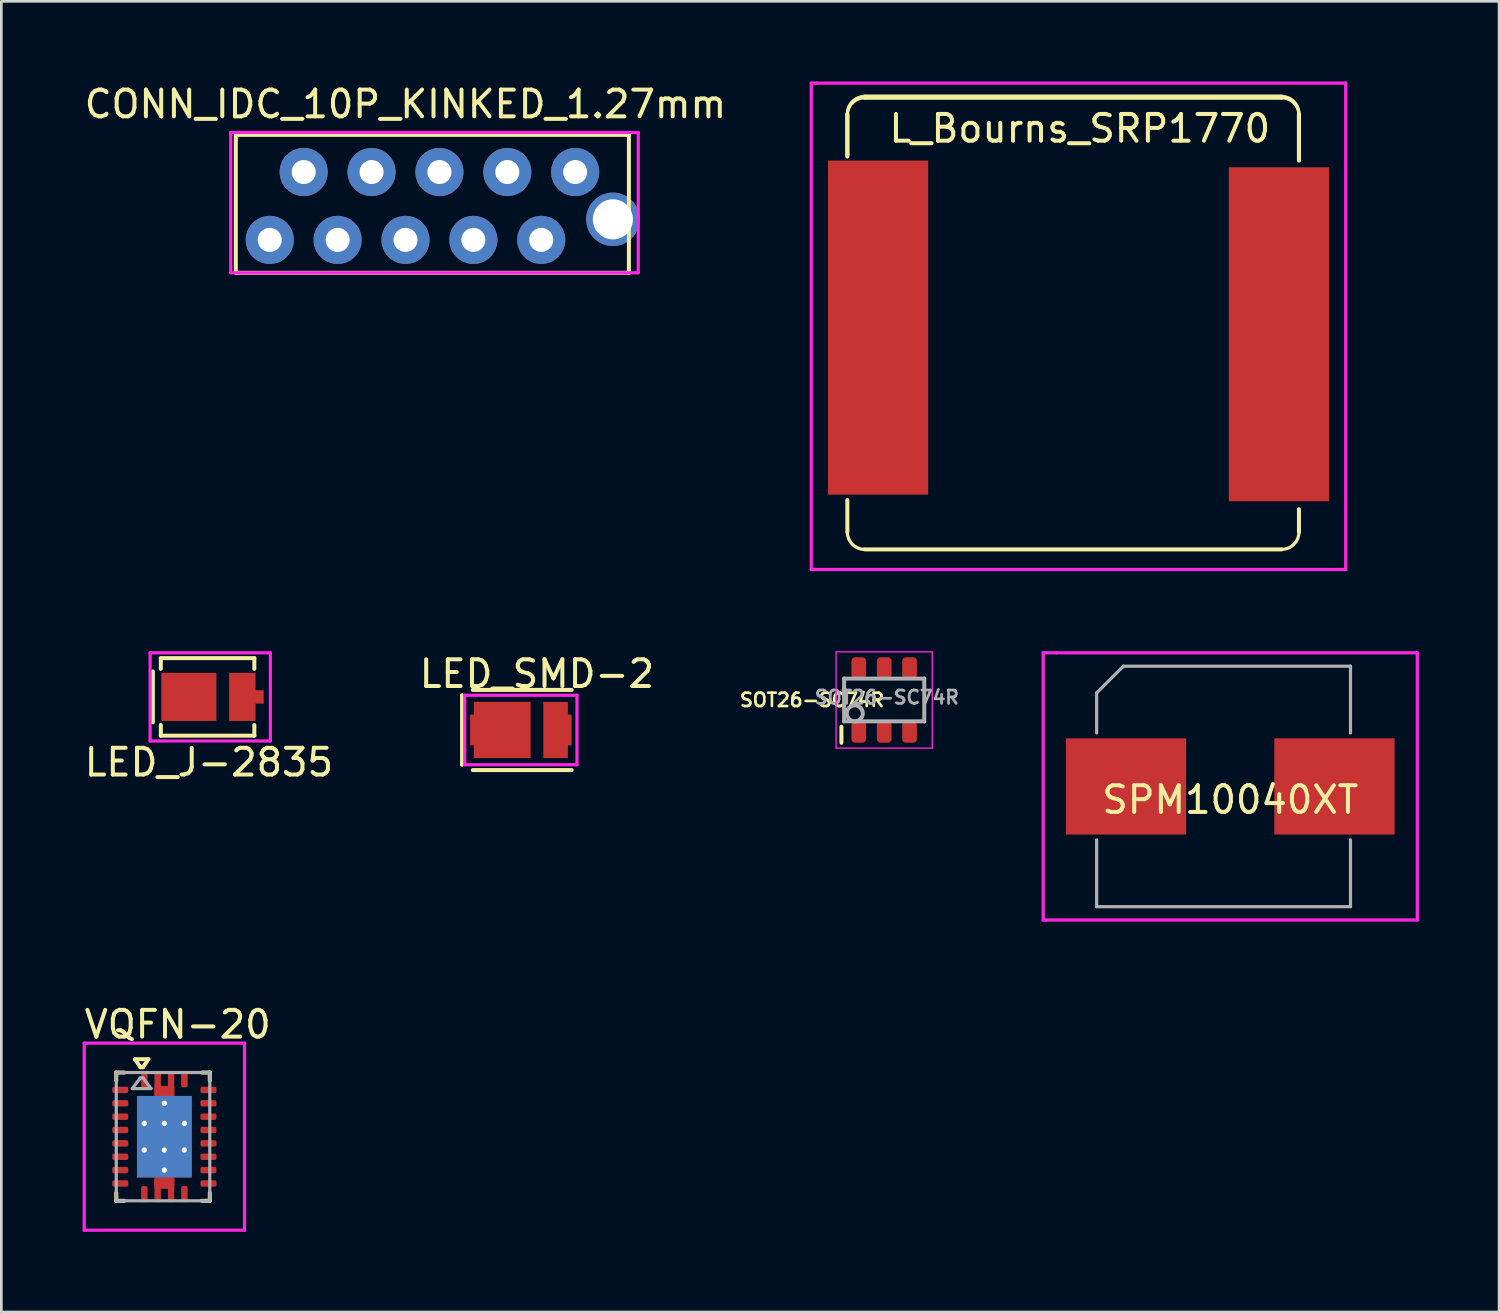
<source format=kicad_pcb>
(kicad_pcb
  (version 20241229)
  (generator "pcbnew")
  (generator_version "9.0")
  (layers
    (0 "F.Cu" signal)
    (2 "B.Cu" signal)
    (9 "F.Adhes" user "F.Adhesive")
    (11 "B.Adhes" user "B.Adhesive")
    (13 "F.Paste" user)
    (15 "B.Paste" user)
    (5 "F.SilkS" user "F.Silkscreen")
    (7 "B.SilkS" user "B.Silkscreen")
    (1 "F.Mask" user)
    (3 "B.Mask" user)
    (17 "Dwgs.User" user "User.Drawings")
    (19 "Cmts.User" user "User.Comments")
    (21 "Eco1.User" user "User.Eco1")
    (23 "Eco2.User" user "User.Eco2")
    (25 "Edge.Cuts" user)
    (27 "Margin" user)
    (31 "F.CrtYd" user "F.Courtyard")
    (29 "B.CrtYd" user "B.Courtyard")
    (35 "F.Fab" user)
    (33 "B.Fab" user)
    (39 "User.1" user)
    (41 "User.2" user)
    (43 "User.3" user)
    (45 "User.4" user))
  (footprint "SPM10040XT"
    (layer "F.Cu")
    (at 42.989 26.38)
    (property "Reference" "SPM10040XT" (at 0 0.5 0) (layer "F.SilkS") (effects (font (size 1 1) (thickness 0.15))))
    (attr through_hole)
    (fp_line (start -7 -5) (end -6.5 -5) (stroke (width 0.12) (type solid)) (layer "F.CrtYd"))
    (fp_line (start -7 5) (end -7 -5) (stroke (width 0.12) (type solid)) (layer "F.CrtYd"))
    (fp_line (start -6.5 -5) (end 7 -5) (stroke (width 0.12) (type solid)) (layer "F.CrtYd"))
    (fp_line (start 7 -5) (end 7 5) (stroke (width 0.12) (type solid)) (layer "F.CrtYd"))
    (fp_line (start 7 5) (end -7 5) (stroke (width 0.12) (type solid)) (layer "F.CrtYd"))
    (fp_line (start -5 -3.5) (end -5 -2) (stroke (width 0.12) (type solid)) (layer "F.Fab"))
    (fp_line (start -5 4.5) (end -5 2) (stroke (width 0.12) (type solid)) (layer "F.Fab"))
    (fp_line (start -4 -4.5) (end -5 -3.5) (stroke (width 0.12) (type solid)) (layer "F.Fab"))
    (fp_line (start -4 -4.5) (end 4.5 -4.5) (stroke (width 0.12) (type solid)) (layer "F.Fab"))
    (fp_line (start 4.5 -4.5) (end 4.5 -2) (stroke (width 0.12) (type solid)) (layer "F.Fab"))
    (fp_line (start 4.5 2) (end 4.5 4.5) (stroke (width 0.12) (type solid)) (layer "F.Fab"))
    (fp_line (start 4.5 4.5) (end -5 4.5) (stroke (width 0.12) (type solid)) (layer "F.Fab"))
    (pad "1" smd rect (at -3.9 0) (size 4.5 3.6) (layers "F.Cu" "F.Mask" "F.Paste"))
    (pad "1" smd rect (at 3.9 0) (size 4.5 3.6) (layers "F.Cu" "F.Mask" "F.Paste")))
  (footprint "LED_SMD-2"
    (layer "F.Cu")
    (at 16.442 24.268)
    (property "Reference" "LED_SMD-2" (at 0.6 -2.1 0) (layer "F.SilkS") (effects (font (size 1 1) (thickness 0.15))))
    (attr through_hole)
    (fp_line (start -2.2 -1.3) (end -2.2 1.3) (stroke (width 0.15) (type solid)) (layer "F.SilkS"))
    (fp_line (start -1.8 -1.5) (end 1.9 -1.5) (stroke (width 0.15) (type solid)) (layer "F.SilkS"))
    (fp_line (start -1.8 1.5) (end 1.9 1.5) (stroke (width 0.15) (type solid)) (layer "F.SilkS"))
    (fp_line (start -2.1 -1.3) (end 2.1 -1.3) (stroke (width 0.12) (type solid)) (layer "F.CrtYd"))
    (fp_line (start -2.1 1.3) (end -2.1 -1.3) (stroke (width 0.12) (type solid)) (layer "F.CrtYd"))
    (fp_line (start 2.1 -1.3) (end 2.1 1.3) (stroke (width 0.12) (type solid)) (layer "F.CrtYd"))
    (fp_line (start 2.1 1.3) (end -2.1 1.3) (stroke (width 0.12) (type solid)) (layer "F.CrtYd"))
    (pad "1" smd rect (at -1.7 0 180) (size 0.4 1.15) (layers "F.Cu" "F.Mask" "F.Paste"))
    (pad "1" smd rect (at -1.2 0 180) (size 1.1 2.1) (layers "F.Cu" "F.Mask" "F.Paste"))
    (pad "1" smd rect (at -0.7 0 180) (size 2.12 2.1) (layers "F.Cu" "F.Mask"))
    (pad "1" smd rect (at 0 0 180) (size 0.7 2.1) (layers "F.Cu" "F.Mask" "F.Paste"))
    (pad "2" smd rect (at 1.3 0 180) (size 0.92 2.1) (layers "F.Cu" "F.Mask" "F.Paste"))
    (pad "2" smd rect (at 1.7 0 180) (size 0.4 1.15) (layers "F.Cu" "F.Mask" "F.Paste")))
  (footprint "L_Bourns_SRP1770"
    (layer "F.Cu")
    (at 37.31 9.46)
    (property "Reference" "L_Bourns_SRP1770" (at 0.05 -7.7 0) (layer "F.SilkS") (effects (font (size 1 1) (thickness 0.15))))
    (attr smd)
    (fp_line (start -8.65 -6.7) (end -8.65 -8.25) (stroke (width 0.15) (type solid)) (layer "F.SilkS"))
    (fp_line (start -8.65 -6.65) (end -8.65 -8.2) (stroke (width 0.15) (type solid)) (layer "F.SilkS"))
    (fp_line (start -8.65 7.4) (end -8.65 6.2) (stroke (width 0.15) (type solid)) (layer "F.SilkS"))
    (fp_line (start 7.6 -8.9) (end -8 -8.9) (stroke (width 0.15) (type solid)) (layer "F.SilkS"))
    (fp_line (start 7.6 -8.85) (end -8 -8.85) (stroke (width 0.15) (type solid)) (layer "F.SilkS"))
    (fp_line (start 7.6 8.05) (end -8 8.05) (stroke (width 0.15) (type solid)) (layer "F.SilkS"))
    (fp_line (start 8.25 -6.55) (end 8.25 -8.25) (stroke (width 0.15) (type solid)) (layer "F.SilkS"))
    (fp_line (start 8.25 -6.5) (end 8.25 -8.2) (stroke (width 0.15) (type solid)) (layer "F.SilkS"))
    (fp_line (start 8.25 7.4) (end 8.25 6.55) (stroke (width 0.15) (type solid)) (layer "F.SilkS"))
    (fp_arc (start -8.65 -8.25) (mid -8.459619 -8.709619) (end -8 -8.9) (stroke (width 0.12) (type solid)) (layer "F.SilkS"))
    (fp_arc (start -8.65 -8.2) (mid -8.459619 -8.659619) (end -8 -8.85) (stroke (width 0.12) (type solid)) (layer "F.SilkS"))
    (fp_arc (start -8 8.05) (mid -8.459619 7.859619) (end -8.65 7.4) (stroke (width 0.12) (type solid)) (layer "F.SilkS"))
    (fp_arc (start 7.6 -8.9) (mid 8.059619 -8.709619) (end 8.25 -8.25) (stroke (width 0.12) (type solid)) (layer "F.SilkS"))
    (fp_arc (start 7.6 -8.85) (mid 8.059619 -8.659619) (end 8.25 -8.2) (stroke (width 0.12) (type solid)) (layer "F.SilkS"))
    (fp_arc (start 8.25 7.4) (mid 8.059619 7.859619) (end 7.6 8.05) (stroke (width 0.12) (type solid)) (layer "F.SilkS"))
    (fp_line (start -10 -9.4) (end -9.8 -9.4) (stroke (width 0.12) (type solid)) (layer "F.CrtYd"))
    (fp_line (start -10 8.8) (end -10 -9.4) (stroke (width 0.12) (type solid)) (layer "F.CrtYd"))
    (fp_line (start -9.8 -9.4) (end 10 -9.4) (stroke (width 0.12) (type solid)) (layer "F.CrtYd"))
    (fp_line (start 10 -9.4) (end 10 8.8) (stroke (width 0.12) (type solid)) (layer "F.CrtYd"))
    (fp_line (start 10 8.8) (end -10 8.8) (stroke (width 0.12) (type solid)) (layer "F.CrtYd"))
    (pad "1" smd rect (at -7.5 -0.25) (size 3.75 12.5) (layers "F.Cu" "F.Mask" "F.Paste"))
    (pad "2" smd rect (at 7.5 0) (size 3.75 12.5) (layers "F.Cu" "F.Mask" "F.Paste")))
  (footprint "LED_J-2835"
    (layer "F.Cu")
    (at 4.768 22.98)
    (property "Reference" "LED_J-2835" (at 0 2.5 0) (layer "F.SilkS") (effects (font (size 1 1) (thickness 0.15))))
    (attr through_hole)
    (fp_line (start -2.1 -0.9) (end -2.1 1) (stroke (width 0.155) (type solid)) (layer "F.SilkS"))
    (fp_line (start -1.8 -1.4) (end -1.8 -1) (stroke (width 0.15) (type solid)) (layer "F.SilkS"))
    (fp_line (start -1.8 -1.4) (end 1.7 -1.4) (stroke (width 0.15) (type solid)) (layer "F.SilkS"))
    (fp_line (start -1.8 1.1) (end -1.8 1.5) (stroke (width 0.15) (type solid)) (layer "F.SilkS"))
    (fp_line (start -1.8 1.5) (end 1.7 1.5) (stroke (width 0.15) (type solid)) (layer "F.SilkS"))
    (fp_line (start 1.7 -1.4) (end 1.7 -1) (stroke (width 0.15) (type solid)) (layer "F.SilkS"))
    (fp_line (start 1.7 1.1) (end 1.7 1.5) (stroke (width 0.15) (type solid)) (layer "F.SilkS"))
    (fp_line (start -2.2 -1.6) (end 2.3 -1.6) (stroke (width 0.12) (type solid)) (layer "F.CrtYd"))
    (fp_line (start -2.2 1.7) (end -2.2 -1.6) (stroke (width 0.12) (type solid)) (layer "F.CrtYd"))
    (fp_line (start 2.3 -1.6) (end 2.3 1.7) (stroke (width 0.12) (type solid)) (layer "F.CrtYd"))
    (fp_line (start 2.3 1.7) (end -2.2 1.7) (stroke (width 0.12) (type solid)) (layer "F.CrtYd"))
    (pad "1" smd rect (at -0.75 0.05 180) (size 2.06 1.8) (layers "F.Cu" "F.Mask" "F.Paste"))
    (pad "2" smd rect (at 1.25 0.05 180) (size 0.99 1.8) (layers "F.Cu" "F.Mask" "F.Paste"))
    (pad "2" smd rect (at 1.65 0.05 180) (size 0.8 0.5) (layers "F.Cu" "F.Mask")))
  (footprint "VQFN-20"
    (layer "F.Cu")
    (at 3.101 39.488)
    (property "Reference" "VQFN-20" (at 0.5 -4.2 0) (layer "F.SilkS") (effects (font (size 1 1) (thickness 0.15))))
    (attr through_hole)
    (fp_line (start -1.8 -2.4) (end -1.5 -2.4) (stroke (width 0.15) (type solid)) (layer "F.SilkS"))
    (fp_line (start -1.8 -2.1) (end -1.8 -2.4) (stroke (width 0.15) (type solid)) (layer "F.SilkS"))
    (fp_line (start -1.8 2.4) (end -1.8 2.1) (stroke (width 0.15) (type solid)) (layer "F.SilkS"))
    (fp_line (start -1.8 2.4) (end -1.5 2.4) (stroke (width 0.15) (type solid)) (layer "F.SilkS"))
    (fp_line (start -1.1 -2.9) (end -0.6 -2.9) (stroke (width 0.15) (type solid)) (layer "F.SilkS"))
    (fp_line (start -0.9 -2.6) (end -1.1 -2.9) (stroke (width 0.15) (type solid)) (layer "F.SilkS"))
    (fp_line (start -0.8 -2.6) (end -0.9 -2.6) (stroke (width 0.15) (type solid)) (layer "F.SilkS"))
    (fp_line (start -0.6 -2.9) (end -0.8 -2.6) (stroke (width 0.15) (type solid)) (layer "F.SilkS"))
    (fp_line (start 1.7 -2.4) (end 1.4 -2.4) (stroke (width 0.15) (type solid)) (layer "F.SilkS"))
    (fp_line (start 1.7 -2.4) (end 1.7 -2.1) (stroke (width 0.15) (type solid)) (layer "F.SilkS"))
    (fp_line (start 1.7 2.4) (end 1.4 2.4) (stroke (width 0.15) (type solid)) (layer "F.SilkS"))
    (fp_line (start 1.7 2.4) (end 1.7 2.1) (stroke (width 0.15) (type solid)) (layer "F.SilkS"))
    (fp_line (start -3 -3.5) (end -3 3.5) (stroke (width 0.12) (type solid)) (layer "F.CrtYd"))
    (fp_line (start -3 3.5) (end 3 3.5) (stroke (width 0.12) (type solid)) (layer "F.CrtYd"))
    (fp_line (start 3 -3.5) (end -3 -3.5) (stroke (width 0.12) (type solid)) (layer "F.CrtYd"))
    (fp_line (start 3 3.5) (end 3 -3.5) (stroke (width 0.12) (type solid)) (layer "F.CrtYd"))
    (fp_line (start -1.8 -2.4) (end -1.8 2.4) (stroke (width 0.12) (type solid)) (layer "F.Fab"))
    (fp_line (start -1.8 2.4) (end 1.7 2.4) (stroke (width 0.12) (type solid)) (layer "F.Fab"))
    (fp_line (start -1.2 -1.8) (end -0.5 -1.8) (stroke (width 0.12) (type solid)) (layer "F.Fab"))
    (fp_line (start -0.9 -2.2) (end -1.2 -1.8) (stroke (width 0.12) (type solid)) (layer "F.Fab"))
    (fp_line (start -0.8 -2.2) (end -0.9 -2.2) (stroke (width 0.12) (type solid)) (layer "F.Fab"))
    (fp_line (start -0.5 -1.8) (end -0.8 -2.2) (stroke (width 0.12) (type solid)) (layer "F.Fab"))
    (fp_line (start 1.7 -2.4) (end -1.8 -2.4) (stroke (width 0.12) (type solid)) (layer "F.Fab"))
    (fp_line (start 1.7 2.4) (end 1.7 -2.4) (stroke (width 0.12) (type solid)) (layer "F.Fab"))
    (pad "1" smd roundrect (at -0.75 -2.15 90) (size 0.6 0.24) (layers "F.Cu" "F.Mask" "F.Paste") (roundrect_rratio 0.25))
    (pad "2" smd roundrect (at -1.65 -1.75) (size 0.6 0.24) (layers "F.Cu" "F.Mask" "F.Paste") (roundrect_rratio 0.25))
    (pad "3" smd roundrect (at -1.65 -1.25) (size 0.6 0.24) (layers "F.Cu" "F.Mask" "F.Paste") (roundrect_rratio 0.25))
    (pad "4" smd roundrect (at -1.65 -0.75) (size 0.6 0.24) (layers "F.Cu" "F.Mask" "F.Paste") (roundrect_rratio 0.25))
    (pad "5" smd roundrect (at -1.65 -0.25) (size 0.6 0.24) (layers "F.Cu" "F.Mask" "F.Paste") (roundrect_rratio 0.25))
    (pad "6" smd roundrect (at -1.65 0.25) (size 0.6 0.24) (layers "F.Cu" "F.Mask" "F.Paste") (roundrect_rratio 0.25))
    (pad "7" smd roundrect (at -1.65 0.75) (size 0.6 0.24) (layers "F.Cu" "F.Mask" "F.Paste") (roundrect_rratio 0.25))
    (pad "8" smd roundrect (at -1.65 1.25) (size 0.6 0.24) (layers "F.Cu" "F.Mask" "F.Paste") (roundrect_rratio 0.25))
    (pad "9" smd roundrect (at -1.65 1.75) (size 0.6 0.24) (layers "F.Cu" "F.Mask" "F.Paste") (roundrect_rratio 0.25))
    (pad "10" smd roundrect (at -0.75 2.15 90) (size 0.6 0.24) (layers "F.Cu" "F.Mask" "F.Paste") (roundrect_rratio 0.25))
    (pad "11" smd roundrect (at 0.75 2.15 90) (size 0.6 0.24) (layers "F.Cu" "F.Mask" "F.Paste") (roundrect_rratio 0.25))
    (pad "12" smd roundrect (at 1.65 1.75) (size 0.6 0.24) (layers "F.Cu" "F.Mask" "F.Paste") (roundrect_rratio 0.25))
    (pad "13" smd roundrect (at 1.65 1.25) (size 0.6 0.24) (layers "F.Cu" "F.Mask" "F.Paste") (roundrect_rratio 0.25))
    (pad "14" smd roundrect (at 1.65 0.75) (size 0.6 0.24) (layers "F.Cu" "F.Mask" "F.Paste") (roundrect_rratio 0.25))
    (pad "15" smd roundrect (at 1.65 0.25) (size 0.6 0.24) (layers "F.Cu" "F.Mask" "F.Paste") (roundrect_rratio 0.25))
    (pad "16" smd roundrect (at 1.65 -0.25) (size 0.6 0.24) (layers "F.Cu" "F.Mask" "F.Paste") (roundrect_rratio 0.25))
    (pad "17" smd roundrect (at 1.65 -0.75) (size 0.6 0.24) (layers "F.Cu" "F.Mask" "F.Paste") (roundrect_rratio 0.25))
    (pad "18" smd roundrect (at 1.65 -1.25) (size 0.6 0.24) (layers "F.Cu" "F.Mask" "F.Paste") (roundrect_rratio 0.25))
    (pad "19" smd roundrect (at 1.65 -1.75) (size 0.6 0.24) (layers "F.Cu" "F.Mask" "F.Paste") (roundrect_rratio 0.25))
    (pad "20" smd roundrect (at 0.75 -2.15 90) (size 0.6 0.24) (layers "F.Cu" "F.Mask" "F.Paste") (roundrect_rratio 0.25))
    (pad "21" thru_hole circle (at -0.75 -0.5 90) (size 0.4 0.4) (drill 0.2) (layers "*.Cu" "*.Mask"))
    (pad "21" thru_hole circle (at -0.75 0.5 90) (size 0.4 0.4) (drill 0.2) (layers "*.Cu" "*.Mask"))
    (pad "21" smd rect (at -0.5 -1 90) (size 0.85 0.92) (layers "F.Cu" "F.Mask" "F.Paste"))
    (pad "21" smd rect (at -0.5 0 90) (size 0.85 0.92) (layers "F.Cu" "F.Mask" "F.Paste"))
    (pad "21" smd rect (at -0.5 1 90) (size 0.85 0.92) (layers "F.Cu" "F.Mask" "F.Paste"))
    (pad "21" smd roundrect (at -0.25 -2.15 90) (size 0.6 0.24) (layers "F.Cu" "F.Mask" "F.Paste") (roundrect_rratio 0.25))
    (pad "21" smd roundrect (at -0.25 2.15 90) (size 0.6 0.24) (layers "F.Cu" "F.Mask" "F.Paste") (roundrect_rratio 0.25))
    (pad "21" smd rect (at 0 -1.7 90) (size 0.3 0.75) (layers "F.Cu" "F.Mask" "F.Paste"))
    (pad "21" smd rect (at 0 -1.4 90) (size 1 0.74) (layers "F.Cu" "F.Mask"))
    (pad "21" thru_hole circle (at 0 -1.25 90) (size 0.4 0.4) (drill 0.2) (layers "*.Cu" "*.Mask"))
    (pad "21" thru_hole circle (at 0 -0.5 90) (size 0.4 0.4) (drill 0.2) (layers "*.Cu" "*.Mask"))
    (pad "21" smd rect (at 0 0 90) (size 3.05 2.05) (layers "F.Cu" "F.Mask"))
    (pad "21" smd rect (at 0 0 90) (size 3.05 2.05) (layers "B.Cu"))
    (pad "21" thru_hole circle (at 0 0.5 90) (size 0.4 0.4) (drill 0.2) (layers "*.Cu" "*.Mask"))
    (pad "21" thru_hole circle (at 0 1.25 90) (size 0.4 0.4) (drill 0.2) (layers "*.Cu" "*.Mask"))
    (pad "21" smd rect (at 0 1.45 90) (size 1 0.74) (layers "F.Cu" "F.Mask"))
    (pad "21" smd rect (at 0 1.7 90) (size 0.3 0.75) (layers "F.Cu" "F.Mask" "F.Paste"))
    (pad "21" smd roundrect (at 0.25 -2.15 90) (size 0.6 0.24) (layers "F.Cu" "F.Mask" "F.Paste") (roundrect_rratio 0.25))
    (pad "21" smd roundrect (at 0.25 2.15 90) (size 0.6 0.24) (layers "F.Cu" "F.Mask" "F.Paste") (roundrect_rratio 0.25))
    (pad "21" smd rect (at 0.5 -1 90) (size 0.85 0.92) (layers "F.Cu" "F.Mask" "F.Paste"))
    (pad "21" smd rect (at 0.5 0 90) (size 0.85 0.92) (layers "F.Cu" "F.Mask" "F.Paste"))
    (pad "21" smd rect (at 0.5 1 90) (size 0.85 0.92) (layers "F.Cu" "F.Mask" "F.Paste"))
    (pad "21" thru_hole circle (at 0.75 -0.5 90) (size 0.4 0.4) (drill 0.2) (layers "*.Cu" "*.Mask"))
    (pad "21" thru_hole circle (at 0.75 0.5 90) (size 0.4 0.4) (drill 0.2) (layers "*.Cu" "*.Mask")))
  (footprint "SOT26-SC74R"
    (layer "F.Cu")
    (at 30.038 23.145)
    (property "Reference" "SOT26-SC74R" (at -2.7 0 0) (layer "F.SilkS") (effects (font (size 0.5 0.5) (thickness 0.1))))
    (attr smd)
    (fp_line (start -1.6 1) (end -1.6 1.6) (stroke (width 0.15) (type solid)) (layer "F.SilkS"))
    (fp_line (start -1.8 -1.8) (end 1.8 -1.8) (stroke (width 0.05) (type solid)) (layer "F.CrtYd"))
    (fp_line (start -1.8 1.8) (end -1.8 -1.8) (stroke (width 0.05) (type solid)) (layer "F.CrtYd"))
    (fp_line (start 1.8 -1.8) (end 1.8 1.8) (stroke (width 0.05) (type solid)) (layer "F.CrtYd"))
    (fp_line (start 1.8 1.8) (end -1.8 1.8) (stroke (width 0.05) (type solid)) (layer "F.CrtYd"))
    (fp_line (start -1.5 -0.8) (end 1.5 -0.8) (stroke (width 0.15) (type solid)) (layer "F.Fab"))
    (fp_line (start -1.5 0.8) (end -1.5 -0.8) (stroke (width 0.15) (type solid)) (layer "F.Fab"))
    (fp_line (start 1.5 -0.8) (end 1.5 0.8) (stroke (width 0.15) (type solid)) (layer "F.Fab"))
    (fp_line (start 1.5 0.8) (end -1.5 0.8) (stroke (width 0.15) (type solid)) (layer "F.Fab"))
    (fp_circle (center -1.1 0.5) (end -1.1 0.2) (stroke (width 0.15) (type solid)) (fill no) (layer "F.Fab"))
    (fp_text user "${REFERENCE}" (at 0.1 -0.1 0) (layer "F.Fab") (effects (font (size 0.5 0.5) (thickness 0.1))))
    (pad "1" smd roundrect (at -0.95 1.2) (size 0.55 0.8) (layers "F.Cu" "F.Mask" "F.Paste") (roundrect_rratio 0.25))
    (pad "2" smd roundrect (at 0 1.2) (size 0.55 0.8) (layers "F.Cu" "F.Mask" "F.Paste") (roundrect_rratio 0.25))
    (pad "3" smd roundrect (at 0.95 1.2) (size 0.55 0.8) (layers "F.Cu" "F.Mask" "F.Paste") (roundrect_rratio 0.25))
    (pad "4" smd roundrect (at 0.95 -1.2) (size 0.55 0.8) (layers "F.Cu" "F.Mask" "F.Paste") (roundrect_rratio 0.25))
    (pad "5" smd roundrect (at 0 -1.2) (size 0.55 0.8) (layers "F.Cu" "F.Mask" "F.Paste") (roundrect_rratio 0.25))
    (pad "6" smd roundrect (at -0.95 -1.2) (size 0.55 0.8) (layers "F.Cu" "F.Mask" "F.Paste") (roundrect_rratio 0.25)))
  (footprint "CONN_IDC_10P_KINKED_1.27mm"
    (layer "F.Cu")
    (at 9.585 4.658)
    (property "Reference" "CONN_IDC_10P_KINKED_1.27mm" (at 2.54 -3.81 0) (layer "F.SilkS") (effects (font (size 1 1) (thickness 0.15))))
    (attr through_hole)
    (fp_line (start -3.81 -2.66) (end 10.9 -2.66) (stroke (width 0.15) (type solid)) (layer "F.SilkS"))
    (fp_line (start -3.81 2.5) (end -3.81 -2.66) (stroke (width 0.15) (type solid)) (layer "F.SilkS"))
    (fp_line (start -3.81 2.5) (end 10.9 2.5) (stroke (width 0.15) (type solid)) (layer "F.SilkS"))
    (fp_line (start 10.9 -2.66) (end 10.9 2.5) (stroke (width 0.15) (type solid)) (layer "F.SilkS"))
    (fp_line (start -4 -2.75) (end 11.25 -2.75) (stroke (width 0.12) (type solid)) (layer "F.CrtYd"))
    (fp_line (start -4 2.5) (end -4 -2.75) (stroke (width 0.12) (type solid)) (layer "F.CrtYd"))
    (fp_line (start 11.25 -2.75) (end 11.25 2.5) (stroke (width 0.12) (type solid)) (layer "F.CrtYd"))
    (fp_line (start 11.25 2.5) (end -4 2.5) (stroke (width 0.12) (type solid)) (layer "F.CrtYd"))
    (pad "" np_thru_hole circle (at 10.3 0.5) (size 2 2) (drill 1.5) (layers "*.Cu" "*.Mask"))
    (pad "1" thru_hole circle (at 8.89 -1.27) (size 1.8 1.8) (drill 0.9) (layers "*.Cu" "*.Mask"))
    (pad "2" thru_hole circle (at 7.62 1.27) (size 1.8 1.8) (drill 0.9) (layers "*.Cu" "*.Mask"))
    (pad "3" thru_hole circle (at 6.35 -1.27) (size 1.8 1.8) (drill 0.9) (layers "*.Cu" "*.Mask"))
    (pad "4" thru_hole circle (at 5.08 1.27) (size 1.8 1.8) (drill 0.9) (layers "*.Cu" "*.Mask"))
    (pad "5" thru_hole circle (at 3.81 -1.27) (size 1.8 1.8) (drill 0.9) (layers "*.Cu" "*.Mask"))
    (pad "6" thru_hole circle (at 2.54 1.27) (size 1.8 1.8) (drill 0.9) (layers "*.Cu" "*.Mask"))
    (pad "7" thru_hole circle (at 1.27 -1.27) (size 1.8 1.8) (drill 0.9) (layers "*.Cu" "*.Mask"))
    (pad "8" thru_hole circle (at 0 1.27) (size 1.8 1.8) (drill 0.9) (layers "*.Cu" "*.Mask"))
    (pad "9" thru_hole circle (at -1.27 -1.27) (size 1.8 1.8) (drill 0.9) (layers "*.Cu" "*.Mask"))
    (pad "10" thru_hole circle (at -2.54 1.27) (size 1.8 1.8) (drill 0.9) (layers "*.Cu" "*.Mask")))
  (gr_rect
    (start -3 -3)
    (end 53.049 46.048)
    (stroke (width 0.1) (type default))
    (fill no)
    (layer "Edge.Cuts")))
</source>
